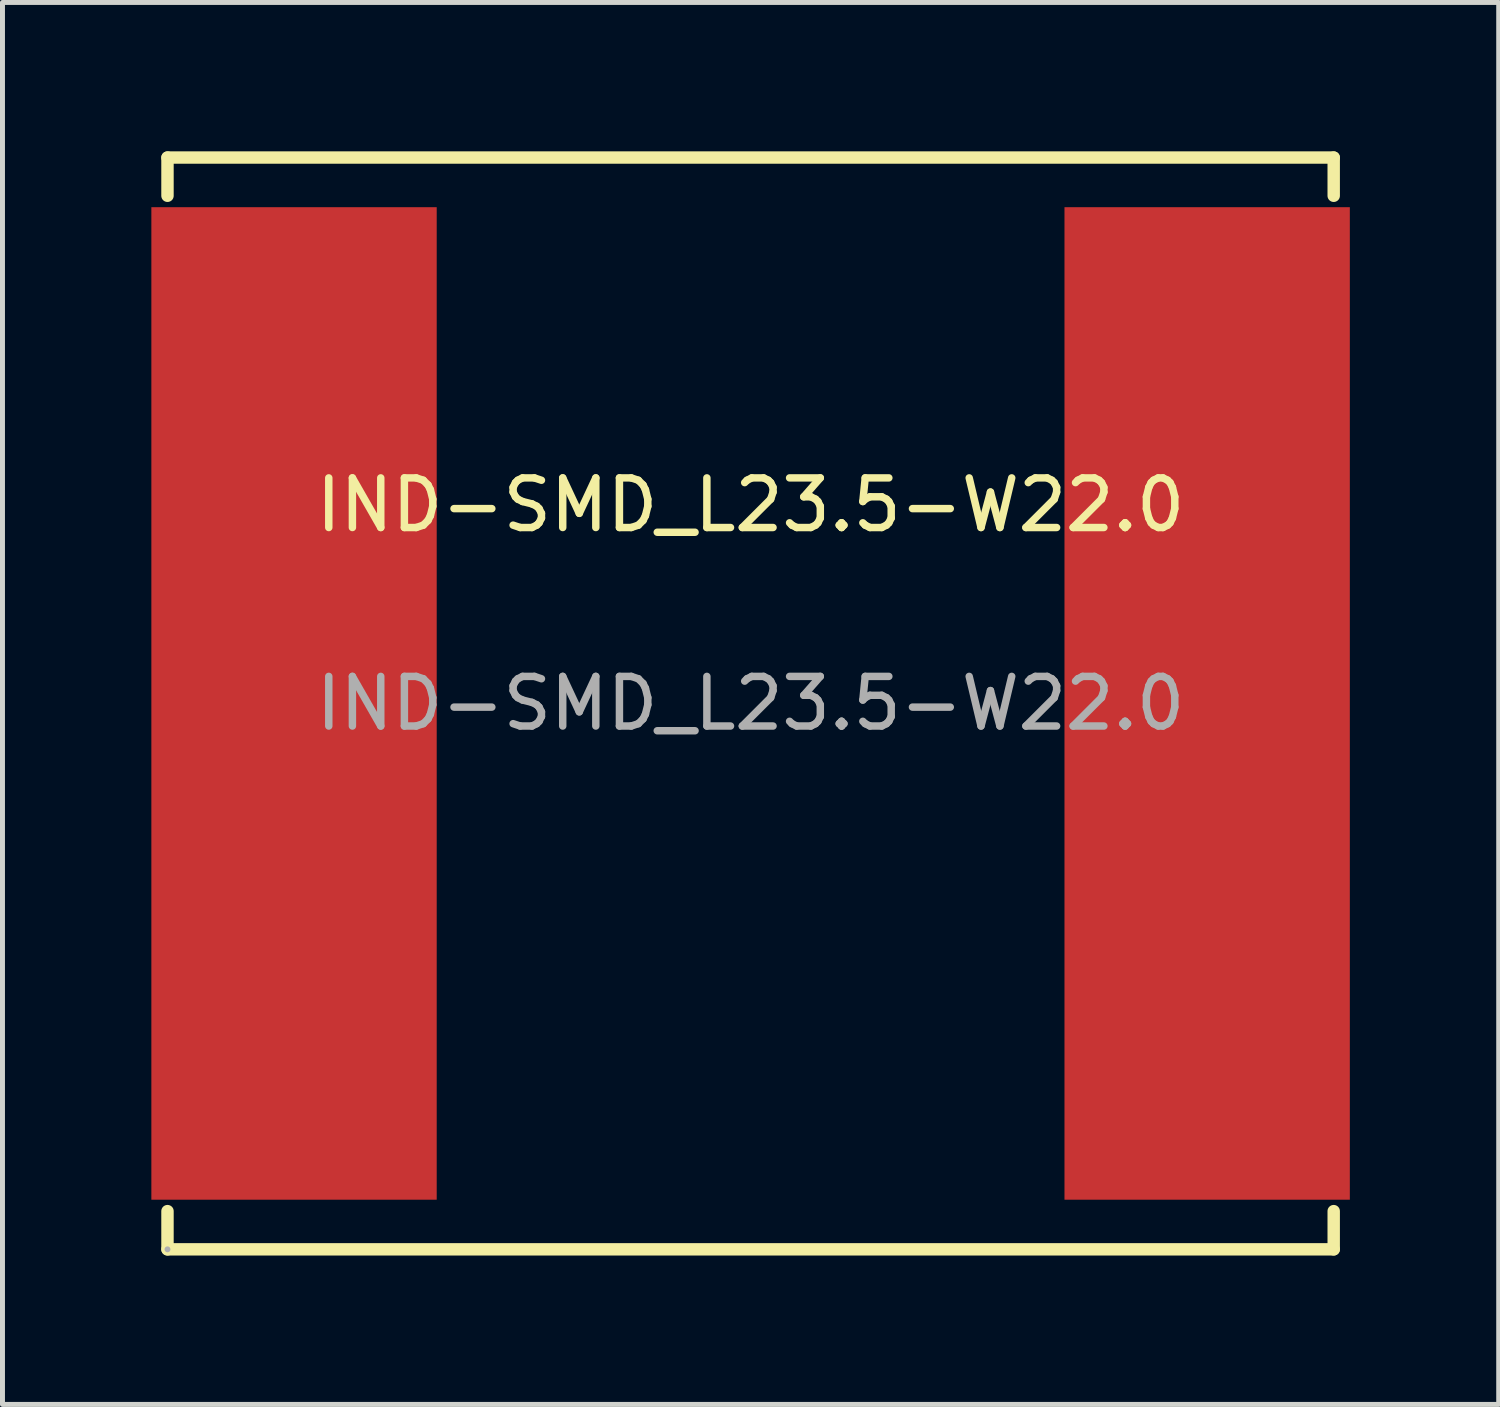
<source format=kicad_pcb>
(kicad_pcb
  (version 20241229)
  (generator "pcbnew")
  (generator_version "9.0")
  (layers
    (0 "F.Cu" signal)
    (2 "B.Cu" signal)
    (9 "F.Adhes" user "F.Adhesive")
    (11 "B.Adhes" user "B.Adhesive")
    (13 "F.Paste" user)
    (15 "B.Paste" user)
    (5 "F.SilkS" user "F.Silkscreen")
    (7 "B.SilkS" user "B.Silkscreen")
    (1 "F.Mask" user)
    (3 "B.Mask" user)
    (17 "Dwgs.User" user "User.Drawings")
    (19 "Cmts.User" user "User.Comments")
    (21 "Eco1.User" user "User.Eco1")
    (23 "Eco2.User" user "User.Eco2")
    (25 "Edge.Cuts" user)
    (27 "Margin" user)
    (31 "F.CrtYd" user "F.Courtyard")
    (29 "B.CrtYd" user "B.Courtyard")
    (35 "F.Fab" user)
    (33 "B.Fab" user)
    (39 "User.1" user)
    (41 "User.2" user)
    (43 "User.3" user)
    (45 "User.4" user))
  (footprint "IND-SMD_L23.5-W22.0"
    (layer "F.Cu")
    (at 12.075 11.125)
    (property "Reference" "IND-SMD_L23.5-W22.0" (at 0 -4 0) (layer "F.SilkS") (effects (font (size 1 1) (thickness 0.15))))
    (attr through_hole)
    (fp_line (start -11.75 -11) (end 11.75 -11) (stroke (width 0.25) (type solid)) (layer "F.SilkS"))
    (fp_line (start -11.75 -10.23) (end -11.75 -11) (stroke (width 0.25) (type solid)) (layer "F.SilkS"))
    (fp_line (start -11.75 11) (end -11.75 10.23) (stroke (width 0.25) (type solid)) (layer "F.SilkS"))
    (fp_line (start -11.75 11) (end 11.75 11) (stroke (width 0.25) (type solid)) (layer "F.SilkS"))
    (fp_line (start 11.75 -11) (end 11.75 -10.23) (stroke (width 0.25) (type solid)) (layer "F.SilkS"))
    (fp_line (start 11.75 10.23) (end 11.75 11) (stroke (width 0.25) (type solid)) (layer "F.SilkS"))
    (fp_circle (center -11.75 11) (end -11.72 11) (stroke (width 0.06) (type solid)) (fill no) (layer "F.Fab"))
    (fp_text user "${REFERENCE}" (at 0 0 0) (layer "F.Fab") (effects (font (size 1 1) (thickness 0.15))))
    (pad "1" smd rect (at -9.2 0) (size 5.75 20) (layers "F.Cu" "F.Mask" "F.Paste"))
    (pad "2" smd rect (at 9.2 0) (size 5.75 20) (layers "F.Cu" "F.Mask" "F.Paste")))
  (gr_rect
    (start -3 -3)
    (end 27.15 25.25)
    (stroke (width 0.1) (type default))
    (fill no)
    (layer "Edge.Cuts")))
</source>
